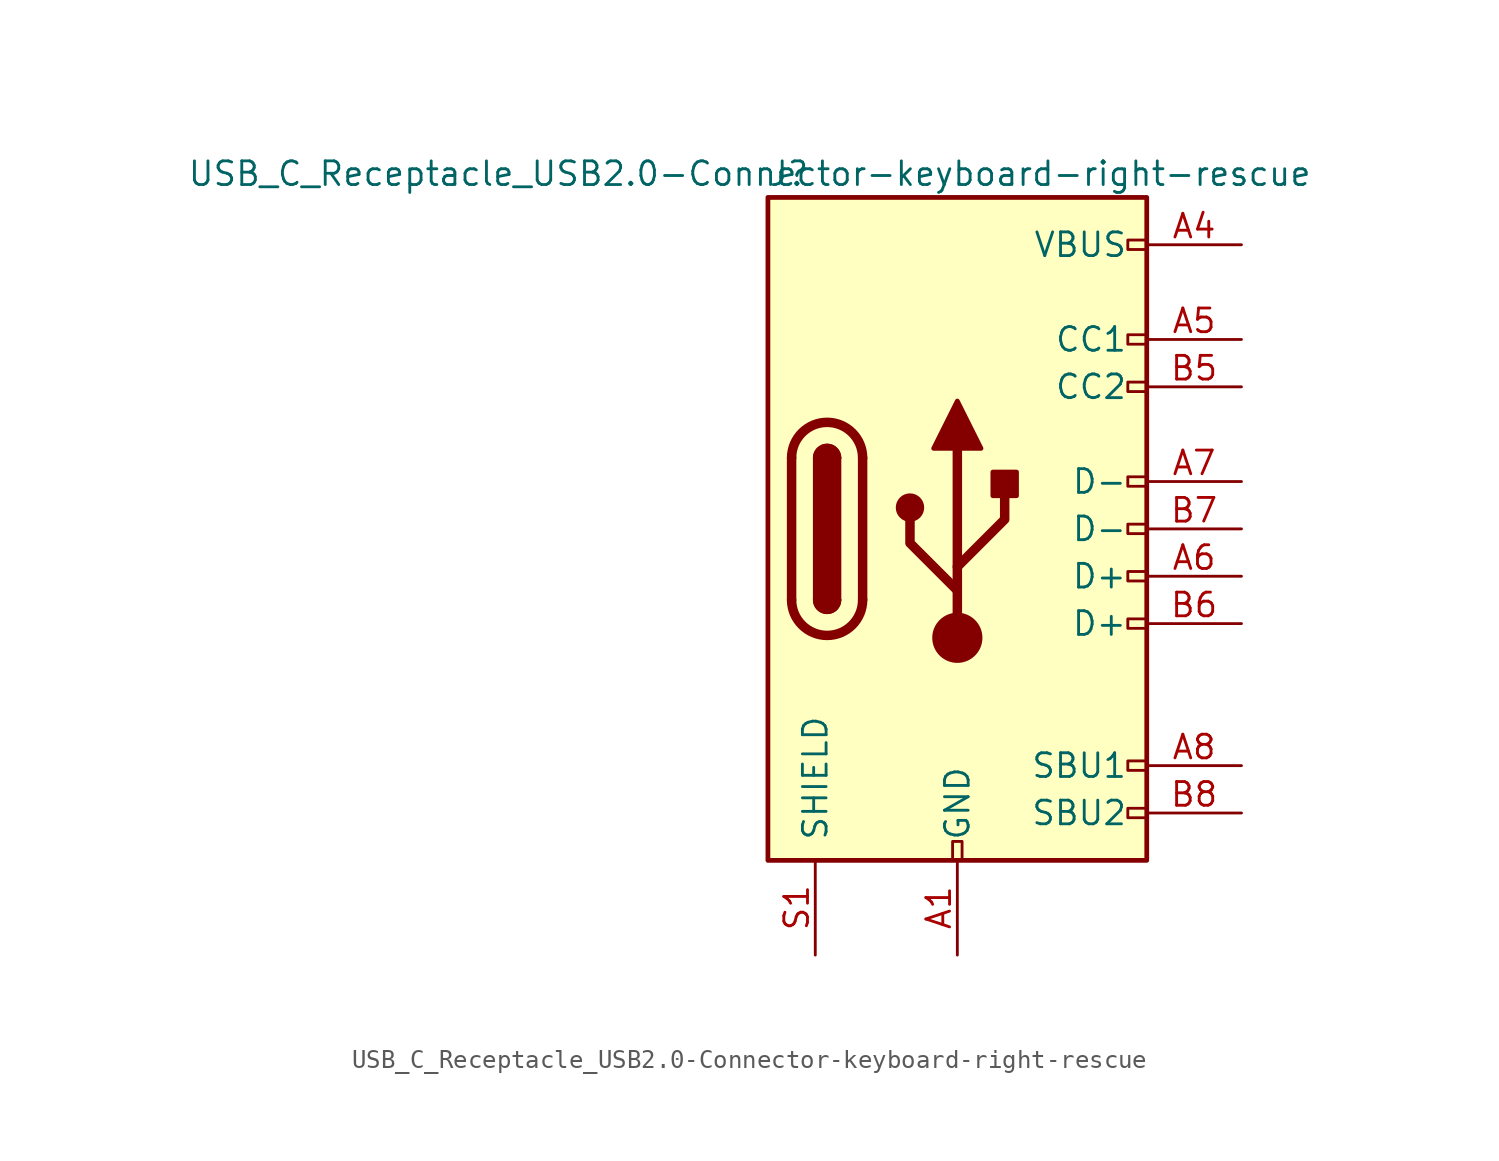
<source format=kicad_sym>
(kicad_symbol_lib
  (version 20220914)
  (generator kicad_symbol_editor)
  (symbol "USB_C_Receptacle_USB2.0-Connector-keyboard-right-rescue"
    (pin_names
      (offset 1.016))
    (property "Reference" "J"
      (at -10.16 19.05 0)
      (effects (font (size 1.27 1.27)) (justify left)))
    (property "Value" "USB_C_Receptacle_USB2.0-Connector-keyboard-right-rescue"
      (at 19.05 19.05 0)
      (effects (font (size 1.27 1.27)) (justify right)))
    (symbol "USB_C_Receptacle_USB2.0-Connector-keyboard-right-rescue_0_0"
      (rectangle (start -0.254 -17.78) (end 0.254 -16.764) (stroke (width 0) (type default)) (fill (type none)))
      (rectangle (start 10.16 -14.986) (end 9.144 -15.494) (stroke (width 0) (type default)) (fill (type none)))
      (rectangle (start 10.16 -12.446) (end 9.144 -12.954) (stroke (width 0) (type default)) (fill (type none)))
      (rectangle (start 10.16 -4.826) (end 9.144 -5.334) (stroke (width 0) (type default)) (fill (type none)))
      (rectangle (start 10.16 -2.286) (end 9.144 -2.794) (stroke (width 0) (type default)) (fill (type none)))
      (rectangle (start 10.16 0.254) (end 9.144 -0.254) (stroke (width 0) (type default)) (fill (type none)))
      (rectangle (start 10.16 2.794) (end 9.144 2.286) (stroke (width 0) (type default)) (fill (type none)))
      (rectangle (start 10.16 7.874) (end 9.144 7.366) (stroke (width 0) (type default)) (fill (type none)))
      (rectangle (start 10.16 10.414) (end 9.144 9.906) (stroke (width 0) (type default)) (fill (type none)))
      (rectangle (start 10.16 15.494) (end 9.144 14.986) (stroke (width 0) (type default)) (fill (type none))))
    (symbol "USB_C_Receptacle_USB2.0-Connector-keyboard-right-rescue_0_1"
      (rectangle (start -10.16 17.78) (end 10.16 -17.78) (stroke (width 0.254) (type default)) (fill (type background)))
      (arc (start -8.89 -3.81) (mid -6.985 -5.7067) (end -5.08 -3.81) (stroke (width 0.508) (type default)) (fill (type none)))
      (arc (start -7.62 -3.81) (mid -6.985 -4.4423) (end -6.35 -3.81) (stroke (width 0.254) (type default)) (fill (type none)))
      (arc (start -7.62 -3.81) (mid -6.985 -4.4423) (end -6.35 -3.81) (stroke (width 0.254) (type default)) (fill (type outline)))
      (rectangle (start -7.62 -3.81) (end -6.35 3.81) (stroke (width 0.254) (type default)) (fill (type outline)))
      (arc (start -6.35 3.81) (mid -6.985 4.4423) (end -7.62 3.81) (stroke (width 0.254) (type default)) (fill (type none)))
      (arc (start -6.35 3.81) (mid -6.985 4.4423) (end -7.62 3.81) (stroke (width 0.254) (type default)) (fill (type outline)))
      (arc (start -5.08 3.81) (mid -6.985 5.7067) (end -8.89 3.81) (stroke (width 0.508) (type default)) (fill (type none)))
      (circle (center -2.54 1.143) (radius 0.635) (stroke (width 0.254) (type default)) (fill (type outline)))
      (circle (center 0 -5.842) (radius 1.27) (stroke (width 0) (type default)) (fill (type outline)))
      (polyline (pts (xy -8.89 -3.81) (xy -8.89 3.81)) (stroke (width 0.508) (type default)) (fill (type none)))
      (polyline (pts (xy -5.08 3.81) (xy -5.08 -3.81)) (stroke (width 0.508) (type default)) (fill (type none)))
      (polyline (pts (xy 0 -5.842) (xy 0 4.318)) (stroke (width 0.508) (type default)) (fill (type none)))
      (polyline (pts (xy 0 -3.302) (xy -2.54 -0.762) (xy -2.54 0.508)) (stroke (width 0.508) (type default)) (fill (type none)))
      (polyline (pts (xy 0 -2.032) (xy 2.54 0.508) (xy 2.54 1.778)) (stroke (width 0.508) (type default)) (fill (type none)))
      (polyline (pts (xy -1.27 4.318) (xy 0 6.858) (xy 1.27 4.318) (xy -1.27 4.318)) (stroke (width 0.254) (type default)) (fill (type outline)))
      (rectangle (start 1.905 1.778) (end 3.175 3.048) (stroke (width 0.254) (type default)) (fill (type outline))))
    (symbol "USB_C_Receptacle_USB2.0-Connector-keyboard-right-rescue_1_1"
      (pin power_in line (at 0 -22.86 90) (length 5.08) (name "GND" (effects (font (size 1.27 1.27)))) (number "A1" (effects (font (size 1.27 1.27)))))
      (pin passive line (at 0 -22.86 90) (length 5.08) hide (name "GND" (effects (font (size 1.27 1.27)))) (number "A12" (effects (font (size 1.27 1.27)))))
      (pin power_in line (at 15.24 15.24 180) (length 5.08) (name "VBUS" (effects (font (size 1.27 1.27)))) (number "A4" (effects (font (size 1.27 1.27)))))
      (pin bidirectional line (at 15.24 10.16 180) (length 5.08) (name "CC1" (effects (font (size 1.27 1.27)))) (number "A5" (effects (font (size 1.27 1.27)))))
      (pin bidirectional line (at 15.24 -2.54 180) (length 5.08) (name "D+" (effects (font (size 1.27 1.27)))) (number "A6" (effects (font (size 1.27 1.27)))))
      (pin bidirectional line (at 15.24 2.54 180) (length 5.08) (name "D-" (effects (font (size 1.27 1.27)))) (number "A7" (effects (font (size 1.27 1.27)))))
      (pin bidirectional line (at 15.24 -12.7 180) (length 5.08) (name "SBU1" (effects (font (size 1.27 1.27)))) (number "A8" (effects (font (size 1.27 1.27)))))
      (pin passive line (at 15.24 15.24 180) (length 5.08) hide (name "VBUS" (effects (font (size 1.27 1.27)))) (number "A9" (effects (font (size 1.27 1.27)))))
      (pin passive line (at 0 -22.86 90) (length 5.08) hide (name "GND" (effects (font (size 1.27 1.27)))) (number "B1" (effects (font (size 1.27 1.27)))))
      (pin passive line (at 0 -22.86 90) (length 5.08) hide (name "GND" (effects (font (size 1.27 1.27)))) (number "B12" (effects (font (size 1.27 1.27)))))
      (pin passive line (at 15.24 15.24 180) (length 5.08) hide (name "VBUS" (effects (font (size 1.27 1.27)))) (number "B4" (effects (font (size 1.27 1.27)))))
      (pin bidirectional line (at 15.24 7.62 180) (length 5.08) (name "CC2" (effects (font (size 1.27 1.27)))) (number "B5" (effects (font (size 1.27 1.27)))))
      (pin bidirectional line (at 15.24 -5.08 180) (length 5.08) (name "D+" (effects (font (size 1.27 1.27)))) (number "B6" (effects (font (size 1.27 1.27)))))
      (pin bidirectional line (at 15.24 0 180) (length 5.08) (name "D-" (effects (font (size 1.27 1.27)))) (number "B7" (effects (font (size 1.27 1.27)))))
      (pin bidirectional line (at 15.24 -15.24 180) (length 5.08) (name "SBU2" (effects (font (size 1.27 1.27)))) (number "B8" (effects (font (size 1.27 1.27)))))
      (pin passive line (at 15.24 15.24 180) (length 5.08) hide (name "VBUS" (effects (font (size 1.27 1.27)))) (number "B9" (effects (font (size 1.27 1.27)))))
      (pin passive line (at -7.62 -22.86 90) (length 5.08) (name "SHIELD" (effects (font (size 1.27 1.27)))) (number "S1" (effects (font (size 1.27 1.27))))))))
</source>
